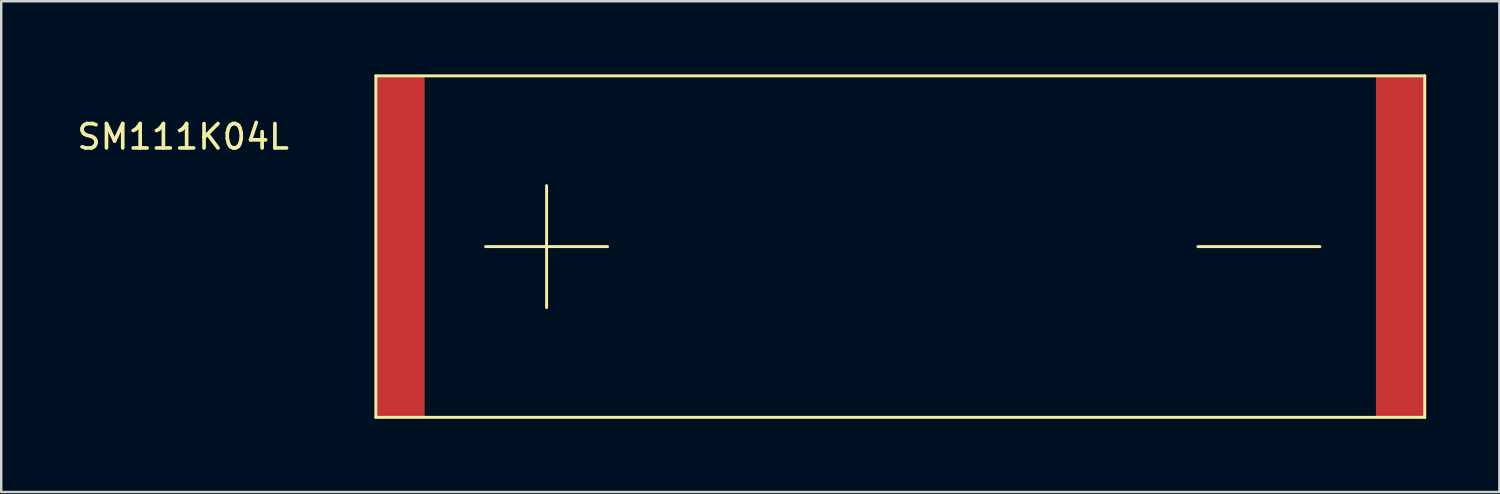
<source format=kicad_pcb>
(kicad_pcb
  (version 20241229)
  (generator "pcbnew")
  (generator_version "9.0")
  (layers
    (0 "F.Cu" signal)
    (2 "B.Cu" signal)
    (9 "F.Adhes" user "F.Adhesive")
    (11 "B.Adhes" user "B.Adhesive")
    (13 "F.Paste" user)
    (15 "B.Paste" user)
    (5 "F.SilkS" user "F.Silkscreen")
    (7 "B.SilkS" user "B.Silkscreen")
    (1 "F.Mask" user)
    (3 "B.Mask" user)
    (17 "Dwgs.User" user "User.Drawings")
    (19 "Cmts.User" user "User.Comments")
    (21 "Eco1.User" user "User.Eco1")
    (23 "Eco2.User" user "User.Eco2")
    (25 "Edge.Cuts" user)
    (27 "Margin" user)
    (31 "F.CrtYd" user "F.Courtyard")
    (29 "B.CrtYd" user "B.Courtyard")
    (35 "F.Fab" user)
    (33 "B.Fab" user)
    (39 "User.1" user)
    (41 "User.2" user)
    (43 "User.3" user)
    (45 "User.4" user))
  (footprint "SM111K04L"
    (layer "F.Cu")
    (at 12.358 7.06)
    (property "Reference" "SM111K04L" (at -7.9 -4.5 0) (layer "F.SilkS") (effects (font (size 1 1) (thickness 0.15))))
    (attr through_hole)
    (fp_line (start 0 -7) (end 43 -7) (stroke (width 0.12) (type solid)) (layer "F.SilkS"))
    (fp_line (start 0 7) (end 0 -7) (stroke (width 0.12) (type solid)) (layer "F.SilkS"))
    (fp_line (start 0 7) (end 43 7) (stroke (width 0.12) (type solid)) (layer "F.SilkS"))
    (fp_line (start 4.5 0) (end 9.5 0) (stroke (width 0.12) (type solid)) (layer "F.SilkS"))
    (fp_line (start 7 -2.5) (end 7 2.5) (stroke (width 0.12) (type solid)) (layer "F.SilkS"))
    (fp_line (start 33.7 0) (end 38.7 0) (stroke (width 0.12) (type solid)) (layer "F.SilkS"))
    (fp_line (start 43 -7) (end 43 7) (stroke (width 0.12) (type solid)) (layer "F.SilkS"))
    (pad "1" smd rect (at 1 0) (size 2 14) (layers "F.Cu" "F.Mask" "F.Paste"))
    (pad "2" smd rect (at 42 0) (size 2 14) (layers "F.Cu" "F.Mask" "F.Paste")))
  (gr_rect
    (start -3 -3)
    (end 58.418 17.12)
    (stroke (width 0.1) (type default))
    (fill no)
    (layer "Edge.Cuts")))
</source>
